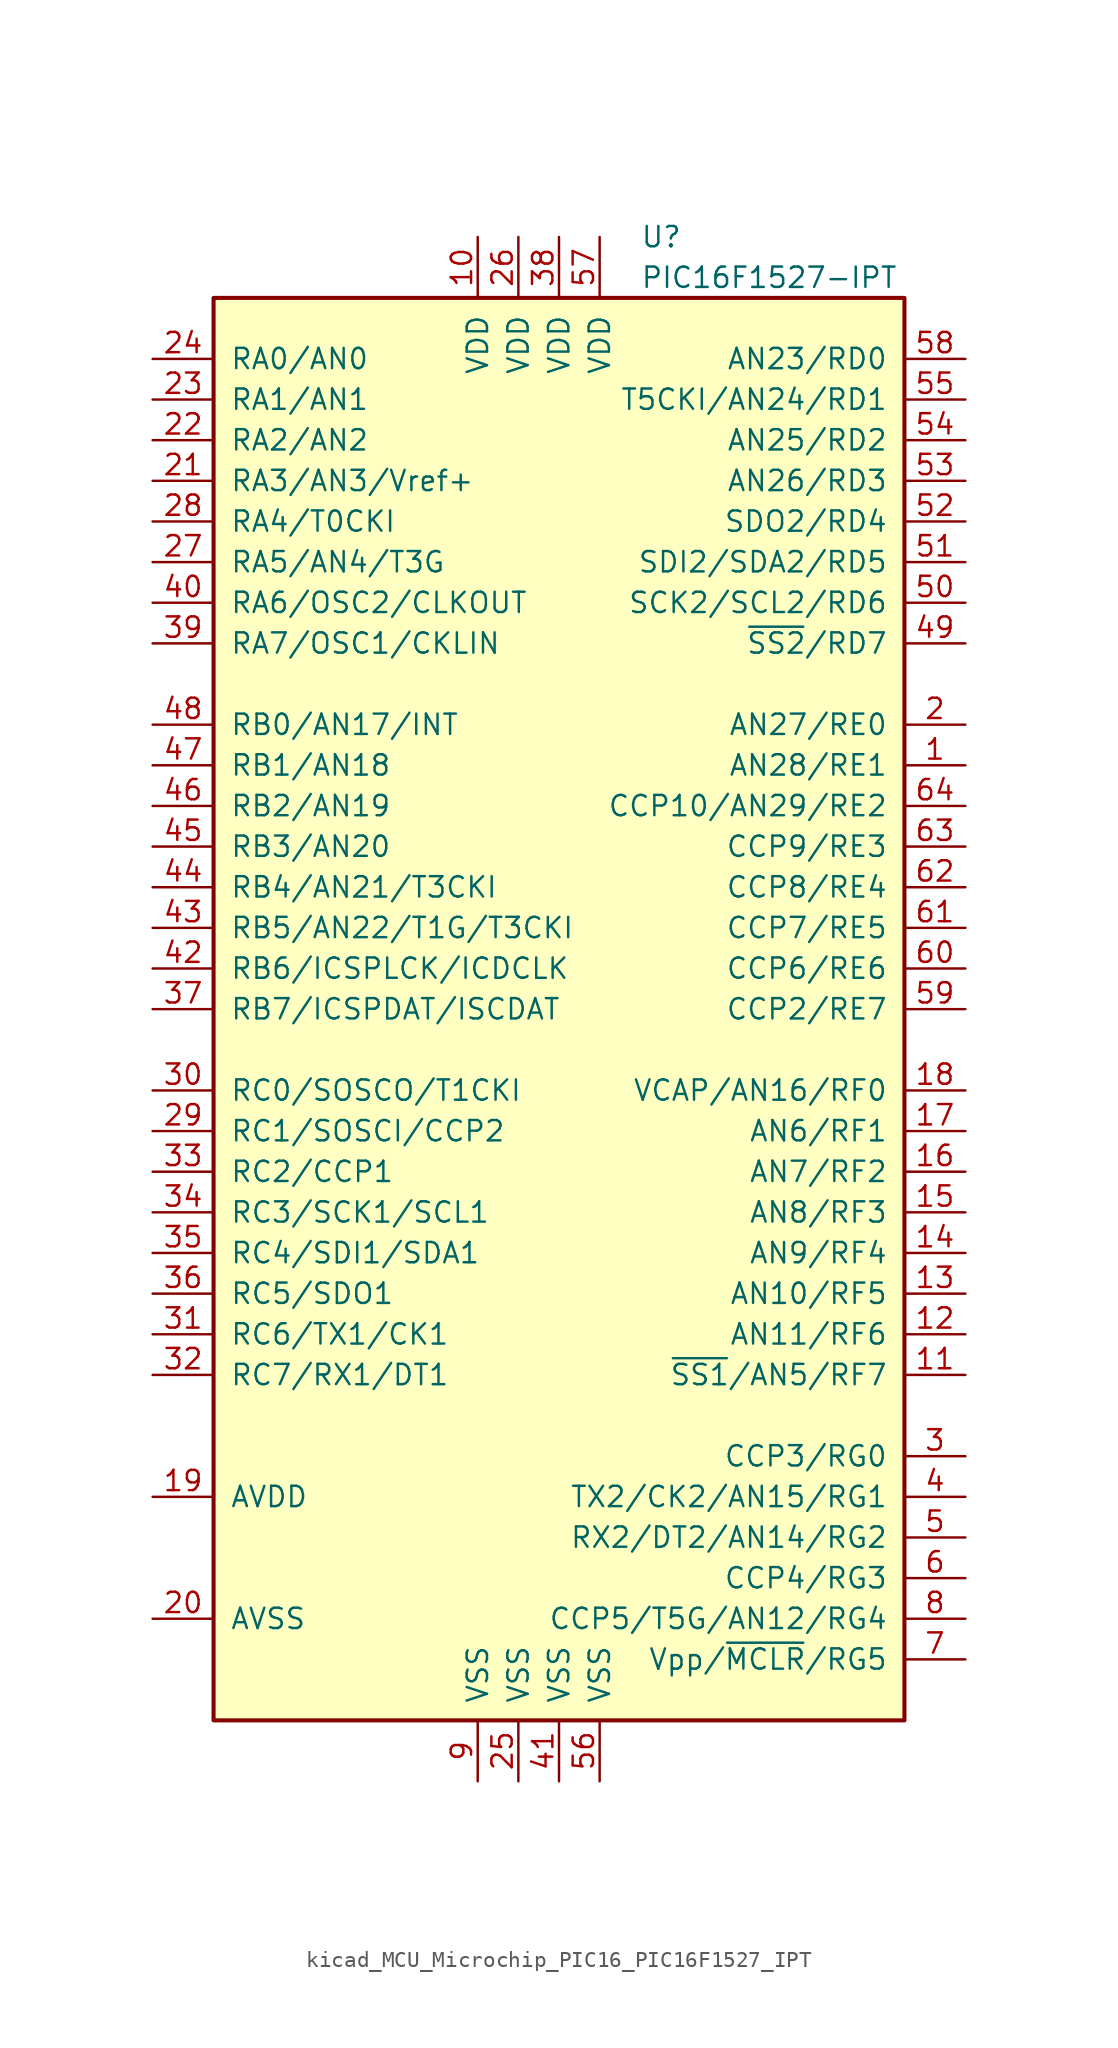
<source format=kicad_sym>
(kicad_symbol_lib
  (version 20220914)
  (generator kicad_symbol_editor)
  (symbol "kicad_MCU_Microchip_PIC16_PIC16F1527_IPT"
    (pin_names
      (offset 1.016))
    (property "Reference" "U"
      (at 5.08 48.26 0)
      (effects (font (size 1.27 1.27)) (justify left)))
    (property "Value" "PIC16F1527-IPT"
      (at 5.08 45.72 0)
      (effects (font (size 1.27 1.27)) (justify left)))
    (symbol "kicad_MCU_Microchip_PIC16_PIC16F1527_IPT_0_1"
      (rectangle (start -21.59 44.45) (end 21.59 -44.45) (stroke (width 0.254) (type default)) (fill (type background))))
    (symbol "kicad_MCU_Microchip_PIC16_PIC16F1527_IPT_1_1"
      (pin bidirectional line (at 25.4 15.24 180) (length 3.81) (name "AN28/RE1" (effects (font (size 1.27 1.27)))) (number "1" (effects (font (size 1.27 1.27)))))
      (pin power_in line (at -5.08 48.26 270) (length 3.81) (name "VDD" (effects (font (size 1.27 1.27)))) (number "10" (effects (font (size 1.27 1.27)))))
      (pin bidirectional line (at 25.4 -22.86 180) (length 3.81) (name "~{SS1}/AN5/RF7" (effects (font (size 1.27 1.27)))) (number "11" (effects (font (size 1.27 1.27)))))
      (pin bidirectional line (at 25.4 -20.32 180) (length 3.81) (name "AN11/RF6" (effects (font (size 1.27 1.27)))) (number "12" (effects (font (size 1.27 1.27)))))
      (pin bidirectional line (at 25.4 -17.78 180) (length 3.81) (name "AN10/RF5" (effects (font (size 1.27 1.27)))) (number "13" (effects (font (size 1.27 1.27)))))
      (pin bidirectional line (at 25.4 -15.24 180) (length 3.81) (name "AN9/RF4" (effects (font (size 1.27 1.27)))) (number "14" (effects (font (size 1.27 1.27)))))
      (pin bidirectional line (at 25.4 -12.7 180) (length 3.81) (name "AN8/RF3" (effects (font (size 1.27 1.27)))) (number "15" (effects (font (size 1.27 1.27)))))
      (pin bidirectional line (at 25.4 -10.16 180) (length 3.81) (name "AN7/RF2" (effects (font (size 1.27 1.27)))) (number "16" (effects (font (size 1.27 1.27)))))
      (pin bidirectional line (at 25.4 -7.62 180) (length 3.81) (name "AN6/RF1" (effects (font (size 1.27 1.27)))) (number "17" (effects (font (size 1.27 1.27)))))
      (pin bidirectional line (at 25.4 -5.08 180) (length 3.81) (name "VCAP/AN16/RF0" (effects (font (size 1.27 1.27)))) (number "18" (effects (font (size 1.27 1.27)))))
      (pin power_in line (at -25.4 -30.48 0) (length 3.81) (name "AVDD" (effects (font (size 1.27 1.27)))) (number "19" (effects (font (size 1.27 1.27)))))
      (pin bidirectional line (at 25.4 17.78 180) (length 3.81) (name "AN27/RE0" (effects (font (size 1.27 1.27)))) (number "2" (effects (font (size 1.27 1.27)))))
      (pin power_in line (at -25.4 -38.1 0) (length 3.81) (name "AVSS" (effects (font (size 1.27 1.27)))) (number "20" (effects (font (size 1.27 1.27)))))
      (pin bidirectional line (at -25.4 33.02 0) (length 3.81) (name "RA3/AN3/Vref+" (effects (font (size 1.27 1.27)))) (number "21" (effects (font (size 1.27 1.27)))))
      (pin bidirectional line (at -25.4 35.56 0) (length 3.81) (name "RA2/AN2" (effects (font (size 1.27 1.27)))) (number "22" (effects (font (size 1.27 1.27)))))
      (pin bidirectional line (at -25.4 38.1 0) (length 3.81) (name "RA1/AN1" (effects (font (size 1.27 1.27)))) (number "23" (effects (font (size 1.27 1.27)))))
      (pin bidirectional line (at -25.4 40.64 0) (length 3.81) (name "RA0/AN0" (effects (font (size 1.27 1.27)))) (number "24" (effects (font (size 1.27 1.27)))))
      (pin power_in line (at -2.54 -48.26 90) (length 3.81) (name "VSS" (effects (font (size 1.27 1.27)))) (number "25" (effects (font (size 1.27 1.27)))))
      (pin power_in line (at -2.54 48.26 270) (length 3.81) (name "VDD" (effects (font (size 1.27 1.27)))) (number "26" (effects (font (size 1.27 1.27)))))
      (pin bidirectional line (at -25.4 27.94 0) (length 3.81) (name "RA5/AN4/T3G" (effects (font (size 1.27 1.27)))) (number "27" (effects (font (size 1.27 1.27)))))
      (pin bidirectional line (at -25.4 30.48 0) (length 3.81) (name "RA4/T0CKI" (effects (font (size 1.27 1.27)))) (number "28" (effects (font (size 1.27 1.27)))))
      (pin bidirectional line (at -25.4 -7.62 0) (length 3.81) (name "RC1/SOSCI/CCP2" (effects (font (size 1.27 1.27)))) (number "29" (effects (font (size 1.27 1.27)))))
      (pin bidirectional line (at 25.4 -27.94 180) (length 3.81) (name "CCP3/RG0" (effects (font (size 1.27 1.27)))) (number "3" (effects (font (size 1.27 1.27)))))
      (pin bidirectional line (at -25.4 -5.08 0) (length 3.81) (name "RC0/SOSCO/T1CKI" (effects (font (size 1.27 1.27)))) (number "30" (effects (font (size 1.27 1.27)))))
      (pin bidirectional line (at -25.4 -20.32 0) (length 3.81) (name "RC6/TX1/CK1" (effects (font (size 1.27 1.27)))) (number "31" (effects (font (size 1.27 1.27)))))
      (pin bidirectional line (at -25.4 -22.86 0) (length 3.81) (name "RC7/RX1/DT1" (effects (font (size 1.27 1.27)))) (number "32" (effects (font (size 1.27 1.27)))))
      (pin bidirectional line (at -25.4 -10.16 0) (length 3.81) (name "RC2/CCP1" (effects (font (size 1.27 1.27)))) (number "33" (effects (font (size 1.27 1.27)))))
      (pin bidirectional line (at -25.4 -12.7 0) (length 3.81) (name "RC3/SCK1/SCL1" (effects (font (size 1.27 1.27)))) (number "34" (effects (font (size 1.27 1.27)))))
      (pin bidirectional line (at -25.4 -15.24 0) (length 3.81) (name "RC4/SDI1/SDA1" (effects (font (size 1.27 1.27)))) (number "35" (effects (font (size 1.27 1.27)))))
      (pin bidirectional line (at -25.4 -17.78 0) (length 3.81) (name "RC5/SDO1" (effects (font (size 1.27 1.27)))) (number "36" (effects (font (size 1.27 1.27)))))
      (pin bidirectional line (at -25.4 0 0) (length 3.81) (name "RB7/ICSPDAT/ISCDAT" (effects (font (size 1.27 1.27)))) (number "37" (effects (font (size 1.27 1.27)))))
      (pin power_in line (at 0 48.26 270) (length 3.81) (name "VDD" (effects (font (size 1.27 1.27)))) (number "38" (effects (font (size 1.27 1.27)))))
      (pin bidirectional line (at -25.4 22.86 0) (length 3.81) (name "RA7/OSC1/CKLIN" (effects (font (size 1.27 1.27)))) (number "39" (effects (font (size 1.27 1.27)))))
      (pin bidirectional line (at 25.4 -30.48 180) (length 3.81) (name "TX2/CK2/AN15/RG1" (effects (font (size 1.27 1.27)))) (number "4" (effects (font (size 1.27 1.27)))))
      (pin bidirectional line (at -25.4 25.4 0) (length 3.81) (name "RA6/OSC2/CLKOUT" (effects (font (size 1.27 1.27)))) (number "40" (effects (font (size 1.27 1.27)))))
      (pin power_in line (at 0 -48.26 90) (length 3.81) (name "VSS" (effects (font (size 1.27 1.27)))) (number "41" (effects (font (size 1.27 1.27)))))
      (pin bidirectional line (at -25.4 2.54 0) (length 3.81) (name "RB6/ICSPLCK/ICDCLK" (effects (font (size 1.27 1.27)))) (number "42" (effects (font (size 1.27 1.27)))))
      (pin bidirectional line (at -25.4 5.08 0) (length 3.81) (name "RB5/AN22/T1G/T3CKI" (effects (font (size 1.27 1.27)))) (number "43" (effects (font (size 1.27 1.27)))))
      (pin bidirectional line (at -25.4 7.62 0) (length 3.81) (name "RB4/AN21/T3CKI" (effects (font (size 1.27 1.27)))) (number "44" (effects (font (size 1.27 1.27)))))
      (pin bidirectional line (at -25.4 10.16 0) (length 3.81) (name "RB3/AN20" (effects (font (size 1.27 1.27)))) (number "45" (effects (font (size 1.27 1.27)))))
      (pin bidirectional line (at -25.4 12.7 0) (length 3.81) (name "RB2/AN19" (effects (font (size 1.27 1.27)))) (number "46" (effects (font (size 1.27 1.27)))))
      (pin bidirectional line (at -25.4 15.24 0) (length 3.81) (name "RB1/AN18" (effects (font (size 1.27 1.27)))) (number "47" (effects (font (size 1.27 1.27)))))
      (pin bidirectional line (at -25.4 17.78 0) (length 3.81) (name "RB0/AN17/INT" (effects (font (size 1.27 1.27)))) (number "48" (effects (font (size 1.27 1.27)))))
      (pin bidirectional line (at 25.4 22.86 180) (length 3.81) (name "~{SS2}/RD7" (effects (font (size 1.27 1.27)))) (number "49" (effects (font (size 1.27 1.27)))))
      (pin bidirectional line (at 25.4 -33.02 180) (length 3.81) (name "RX2/DT2/AN14/RG2" (effects (font (size 1.27 1.27)))) (number "5" (effects (font (size 1.27 1.27)))))
      (pin bidirectional line (at 25.4 25.4 180) (length 3.81) (name "SCK2/SCL2/RD6" (effects (font (size 1.27 1.27)))) (number "50" (effects (font (size 1.27 1.27)))))
      (pin bidirectional line (at 25.4 27.94 180) (length 3.81) (name "SDI2/SDA2/RD5" (effects (font (size 1.27 1.27)))) (number "51" (effects (font (size 1.27 1.27)))))
      (pin bidirectional line (at 25.4 30.48 180) (length 3.81) (name "SDO2/RD4" (effects (font (size 1.27 1.27)))) (number "52" (effects (font (size 1.27 1.27)))))
      (pin bidirectional line (at 25.4 33.02 180) (length 3.81) (name "AN26/RD3" (effects (font (size 1.27 1.27)))) (number "53" (effects (font (size 1.27 1.27)))))
      (pin bidirectional line (at 25.4 35.56 180) (length 3.81) (name "AN25/RD2" (effects (font (size 1.27 1.27)))) (number "54" (effects (font (size 1.27 1.27)))))
      (pin bidirectional line (at 25.4 38.1 180) (length 3.81) (name "T5CKI/AN24/RD1" (effects (font (size 1.27 1.27)))) (number "55" (effects (font (size 1.27 1.27)))))
      (pin power_in line (at 2.54 -48.26 90) (length 3.81) (name "VSS" (effects (font (size 1.27 1.27)))) (number "56" (effects (font (size 1.27 1.27)))))
      (pin power_in line (at 2.54 48.26 270) (length 3.81) (name "VDD" (effects (font (size 1.27 1.27)))) (number "57" (effects (font (size 1.27 1.27)))))
      (pin bidirectional line (at 25.4 40.64 180) (length 3.81) (name "AN23/RD0" (effects (font (size 1.27 1.27)))) (number "58" (effects (font (size 1.27 1.27)))))
      (pin bidirectional line (at 25.4 0 180) (length 3.81) (name "CCP2/RE7" (effects (font (size 1.27 1.27)))) (number "59" (effects (font (size 1.27 1.27)))))
      (pin bidirectional line (at 25.4 -35.56 180) (length 3.81) (name "CCP4/RG3" (effects (font (size 1.27 1.27)))) (number "6" (effects (font (size 1.27 1.27)))))
      (pin bidirectional line (at 25.4 2.54 180) (length 3.81) (name "CCP6/RE6" (effects (font (size 1.27 1.27)))) (number "60" (effects (font (size 1.27 1.27)))))
      (pin bidirectional line (at 25.4 5.08 180) (length 3.81) (name "CCP7/RE5" (effects (font (size 1.27 1.27)))) (number "61" (effects (font (size 1.27 1.27)))))
      (pin bidirectional line (at 25.4 7.62 180) (length 3.81) (name "CCP8/RE4" (effects (font (size 1.27 1.27)))) (number "62" (effects (font (size 1.27 1.27)))))
      (pin bidirectional line (at 25.4 10.16 180) (length 3.81) (name "CCP9/RE3" (effects (font (size 1.27 1.27)))) (number "63" (effects (font (size 1.27 1.27)))))
      (pin bidirectional line (at 25.4 12.7 180) (length 3.81) (name "CCP10/AN29/RE2" (effects (font (size 1.27 1.27)))) (number "64" (effects (font (size 1.27 1.27)))))
      (pin input line (at 25.4 -40.64 180) (length 3.81) (name "Vpp/~{MCLR}/RG5" (effects (font (size 1.27 1.27)))) (number "7" (effects (font (size 1.27 1.27)))))
      (pin bidirectional line (at 25.4 -38.1 180) (length 3.81) (name "CCP5/T5G/AN12/RG4" (effects (font (size 1.27 1.27)))) (number "8" (effects (font (size 1.27 1.27)))))
      (pin power_in line (at -5.08 -48.26 90) (length 3.81) (name "VSS" (effects (font (size 1.27 1.27)))) (number "9" (effects (font (size 1.27 1.27))))))))
</source>
